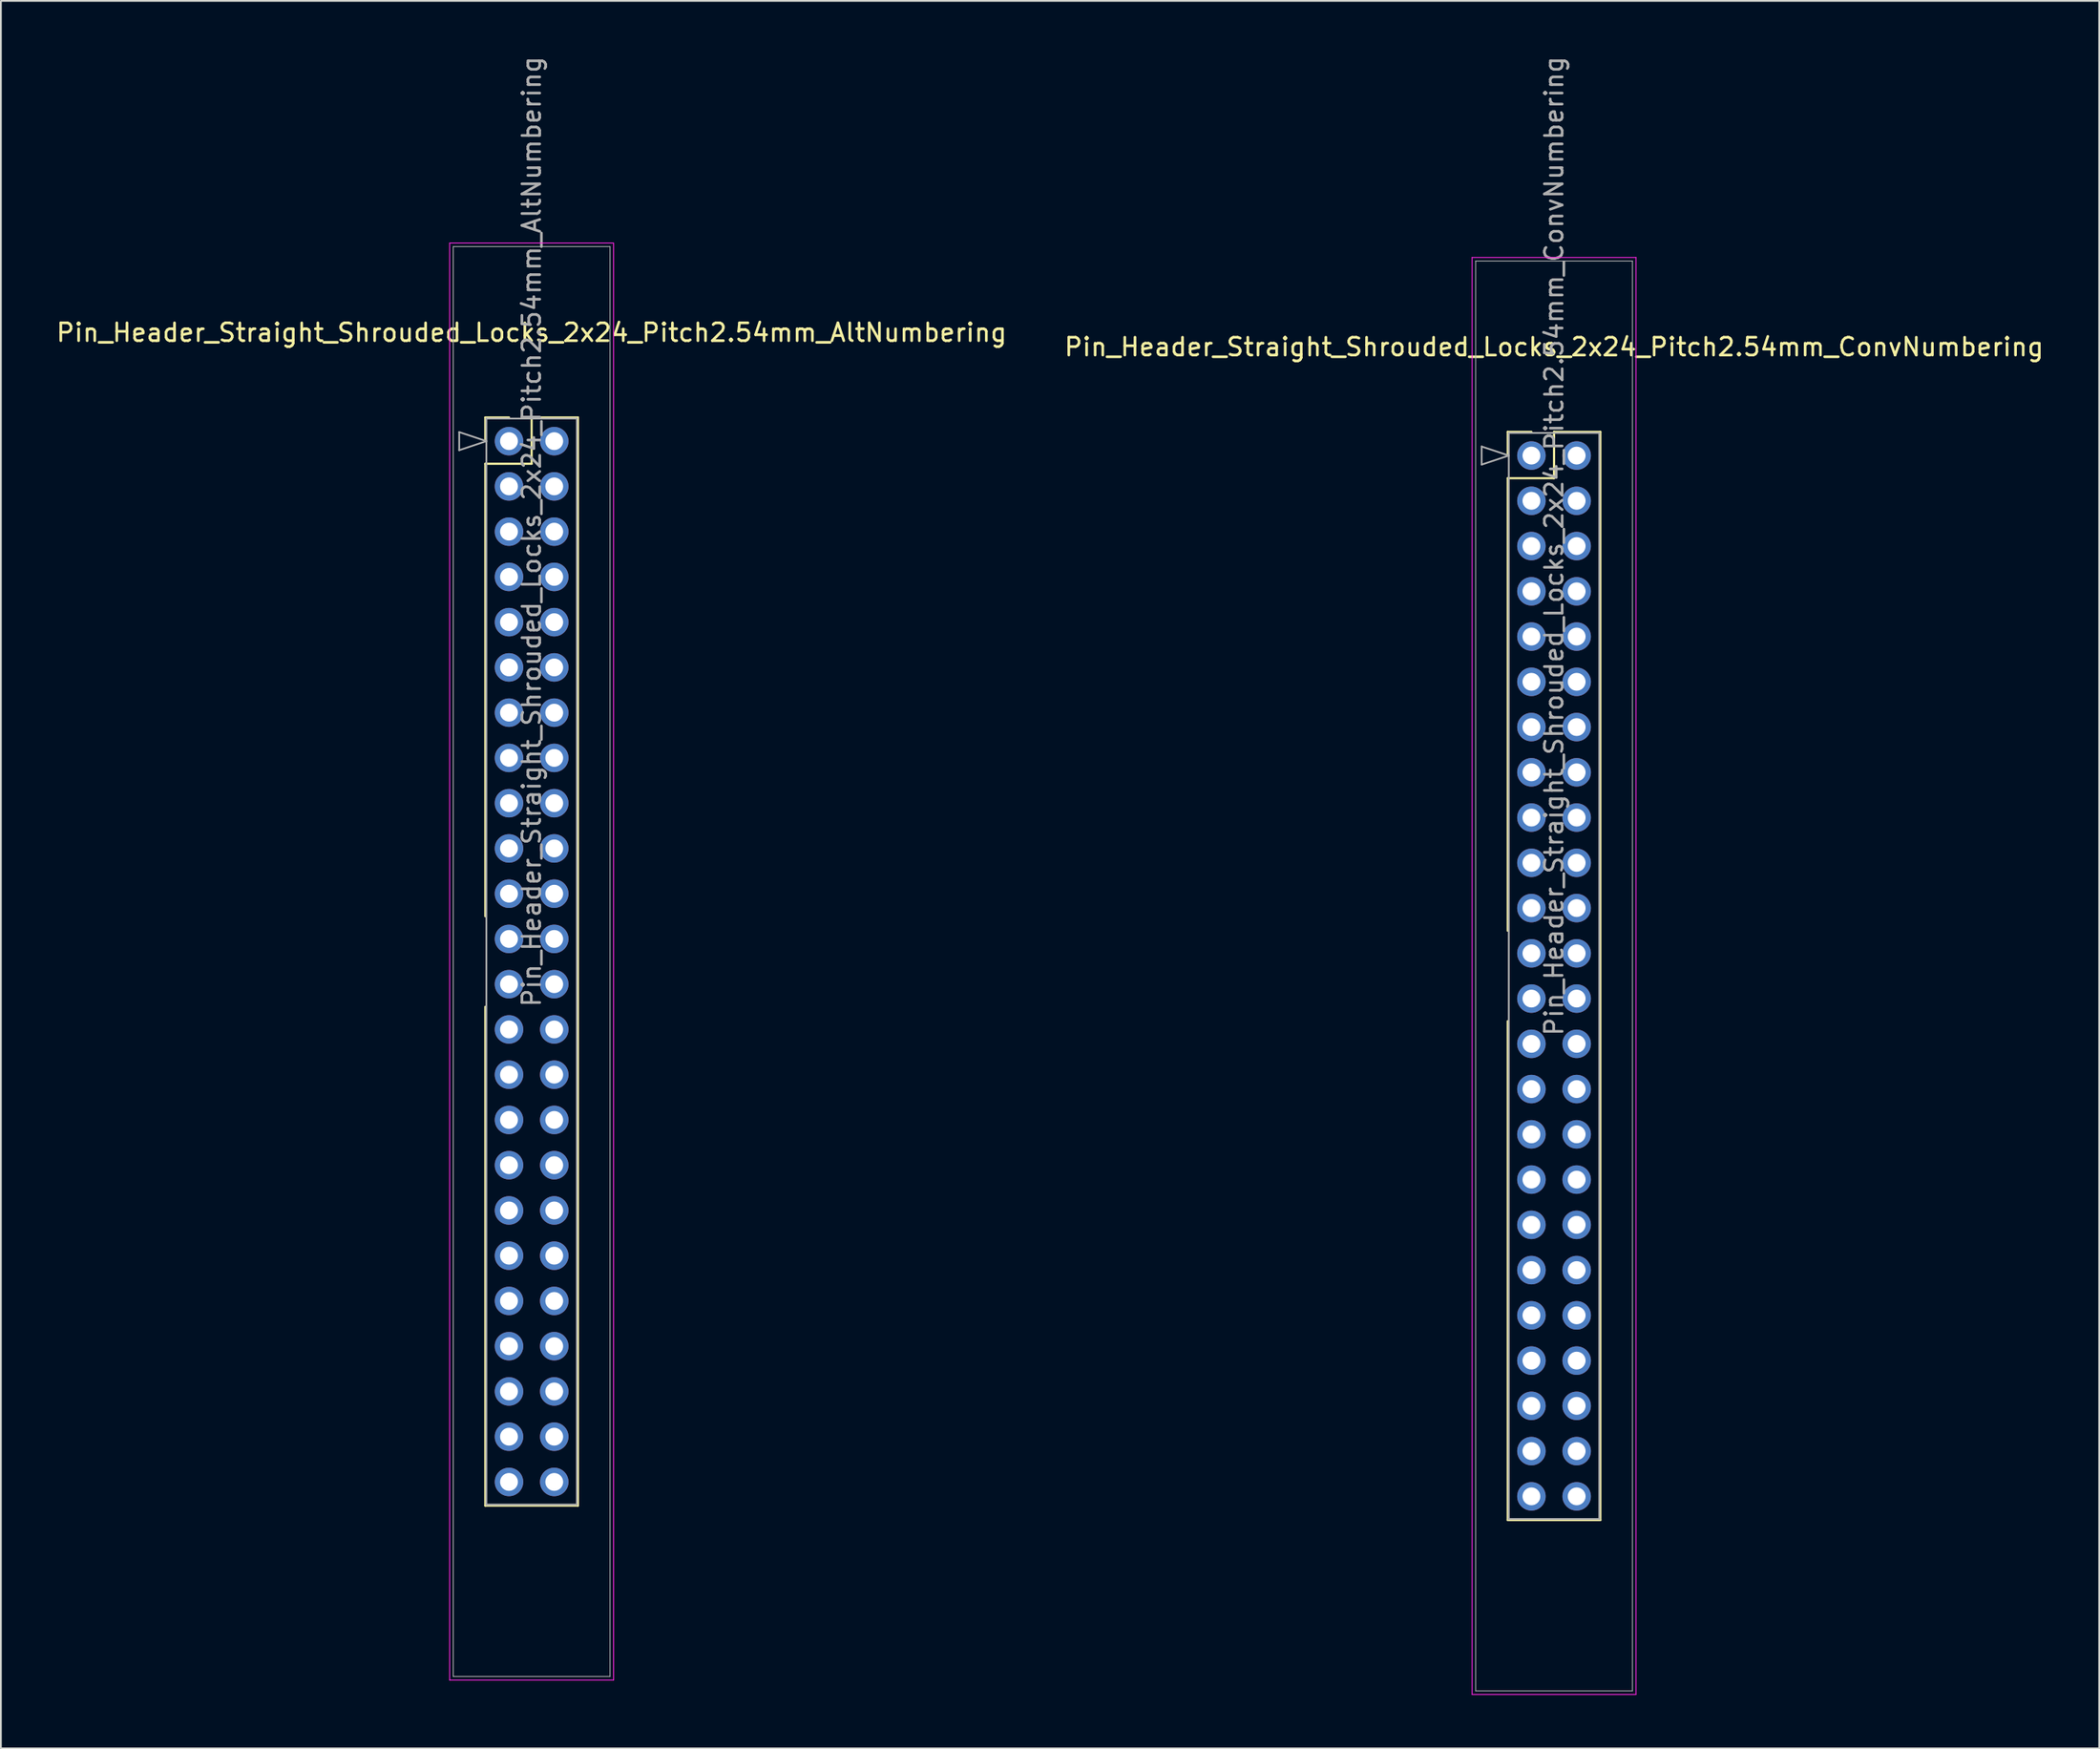
<source format=kicad_pcb>
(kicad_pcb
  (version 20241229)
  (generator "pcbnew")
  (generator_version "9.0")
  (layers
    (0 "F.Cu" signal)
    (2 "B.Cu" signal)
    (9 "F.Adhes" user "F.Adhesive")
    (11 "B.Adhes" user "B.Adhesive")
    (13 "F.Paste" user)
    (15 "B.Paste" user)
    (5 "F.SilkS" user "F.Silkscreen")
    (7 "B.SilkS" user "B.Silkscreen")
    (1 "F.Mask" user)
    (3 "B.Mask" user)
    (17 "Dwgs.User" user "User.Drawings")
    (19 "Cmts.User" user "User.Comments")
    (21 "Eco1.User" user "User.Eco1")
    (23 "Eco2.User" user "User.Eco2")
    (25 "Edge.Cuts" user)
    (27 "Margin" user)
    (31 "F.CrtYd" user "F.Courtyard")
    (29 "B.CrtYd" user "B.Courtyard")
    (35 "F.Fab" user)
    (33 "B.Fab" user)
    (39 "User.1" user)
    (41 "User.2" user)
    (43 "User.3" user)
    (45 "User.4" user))
  (footprint "Pin_Header_Straight_Shrouded_Locks_2x24_Pitch2.54mm_ConvNumbering"
    (layer "F.Cu")
    (at 82.915 22.521)
    (property "Reference" "Pin_Header_Straight_Shrouded_Locks_2x24_Pitch2.54mm_ConvNumbering" (at 1.27 -6.096 0) (layer "F.SilkS") (effects (font (size 1 1) (thickness 0.15))))
    (attr through_hole)
    (fp_line (start -1.33 -1.33) (end 0 -1.33) (stroke (width 0.12) (type solid)) (layer "F.SilkS"))
    (fp_line (start -1.33 0) (end -1.33 -1.33) (stroke (width 0.12) (type solid)) (layer "F.SilkS"))
    (fp_line (start -1.33 1.27) (end -1.33 26.67) (stroke (width 0.12) (type solid)) (layer "F.SilkS"))
    (fp_line (start -1.33 1.27) (end 1.27 1.27) (stroke (width 0.12) (type solid)) (layer "F.SilkS"))
    (fp_line (start -1.33 31.75) (end -1.33 59.75) (stroke (width 0.12) (type solid)) (layer "F.SilkS"))
    (fp_line (start -1.33 59.75) (end 3.87 59.75) (stroke (width 0.12) (type solid)) (layer "F.SilkS"))
    (fp_line (start 1.27 -1.33) (end 3.87 -1.33) (stroke (width 0.12) (type solid)) (layer "F.SilkS"))
    (fp_line (start 1.27 1.27) (end 1.27 -1.33) (stroke (width 0.12) (type solid)) (layer "F.SilkS"))
    (fp_line (start 3.87 -1.33) (end 3.87 59.75) (stroke (width 0.12) (type solid)) (layer "F.SilkS"))
    (fp_line (start -3.33 -11.12) (end -3.33 69.54) (stroke (width 0.05) (type solid)) (layer "F.CrtYd"))
    (fp_line (start -3.33 69.54) (end 5.87 69.54) (stroke (width 0.05) (type solid)) (layer "F.CrtYd"))
    (fp_line (start 5.87 -11.12) (end -3.33 -11.12) (stroke (width 0.05) (type solid)) (layer "F.CrtYd"))
    (fp_line (start 5.87 69.54) (end 5.87 -11.12) (stroke (width 0.05) (type solid)) (layer "F.CrtYd"))
    (fp_line (start -3.13 -10.92) (end -3.13 69.34) (stroke (width 0.05) (type solid)) (layer "F.Fab"))
    (fp_line (start -3.13 69.34) (end 5.67 69.34) (stroke (width 0.05) (type solid)) (layer "F.Fab"))
    (fp_line (start -2.794 -0.508) (end -1.27 0) (stroke (width 0.1) (type solid)) (layer "F.Fab"))
    (fp_line (start -2.794 0.508) (end -2.794 -0.508) (stroke (width 0.1) (type solid)) (layer "F.Fab"))
    (fp_line (start -1.27 -1.27) (end -1.27 59.69) (stroke (width 0.1) (type solid)) (layer "F.Fab"))
    (fp_line (start -1.27 0) (end -2.794 0.508) (stroke (width 0.1) (type solid)) (layer "F.Fab"))
    (fp_line (start -1.27 59.69) (end 3.81 59.69) (stroke (width 0.1) (type solid)) (layer "F.Fab"))
    (fp_line (start 3.81 -1.27) (end -1.27 -1.27) (stroke (width 0.1) (type solid)) (layer "F.Fab"))
    (fp_line (start 3.81 59.69) (end 3.81 -1.27) (stroke (width 0.1) (type solid)) (layer "F.Fab"))
    (fp_line (start 5.67 -10.92) (end -3.13 -10.92) (stroke (width 0.05) (type solid)) (layer "F.Fab"))
    (fp_line (start 5.67 69.34) (end 5.67 -10.92) (stroke (width 0.05) (type solid)) (layer "F.Fab"))
    (fp_text user "${REFERENCE}" (at 1.27 5.08 90) (layer "F.Fab") (effects (font (size 1 1) (thickness 0.15))))
    (pad "1" thru_hole oval (at 0 0) (size 1.6 1.6) (drill 1) (layers "*.Cu" "*.Mask"))
    (pad "2" thru_hole oval (at 2.54 0) (size 1.6 1.6) (drill 1) (layers "*.Cu" "*.Mask"))
    (pad "3" thru_hole oval (at 0 2.54) (size 1.6 1.6) (drill 1) (layers "*.Cu" "*.Mask"))
    (pad "4" thru_hole oval (at 2.54 2.54) (size 1.6 1.6) (drill 1) (layers "*.Cu" "*.Mask"))
    (pad "5" thru_hole oval (at 0 5.08) (size 1.6 1.6) (drill 1) (layers "*.Cu" "*.Mask"))
    (pad "6" thru_hole oval (at 2.54 5.08) (size 1.6 1.6) (drill 1) (layers "*.Cu" "*.Mask"))
    (pad "7" thru_hole oval (at 0 7.62) (size 1.6 1.6) (drill 1) (layers "*.Cu" "*.Mask"))
    (pad "8" thru_hole oval (at 2.54 7.62) (size 1.6 1.6) (drill 1) (layers "*.Cu" "*.Mask"))
    (pad "9" thru_hole oval (at 0 10.16) (size 1.6 1.6) (drill 1) (layers "*.Cu" "*.Mask"))
    (pad "10" thru_hole oval (at 2.54 10.16) (size 1.6 1.6) (drill 1) (layers "*.Cu" "*.Mask"))
    (pad "11" thru_hole oval (at 0 12.7) (size 1.6 1.6) (drill 1) (layers "*.Cu" "*.Mask"))
    (pad "12" thru_hole oval (at 2.54 12.7) (size 1.6 1.6) (drill 1) (layers "*.Cu" "*.Mask"))
    (pad "13" thru_hole oval (at 0 15.24) (size 1.6 1.6) (drill 1) (layers "*.Cu" "*.Mask"))
    (pad "14" thru_hole oval (at 2.54 15.24) (size 1.6 1.6) (drill 1) (layers "*.Cu" "*.Mask"))
    (pad "15" thru_hole oval (at 0 17.78) (size 1.6 1.6) (drill 1) (layers "*.Cu" "*.Mask"))
    (pad "16" thru_hole oval (at 2.54 17.78) (size 1.6 1.6) (drill 1) (layers "*.Cu" "*.Mask"))
    (pad "17" thru_hole oval (at 0 20.32) (size 1.6 1.6) (drill 1) (layers "*.Cu" "*.Mask"))
    (pad "18" thru_hole oval (at 2.54 20.32) (size 1.6 1.6) (drill 1) (layers "*.Cu" "*.Mask"))
    (pad "19" thru_hole oval (at 0 22.86) (size 1.6 1.6) (drill 1) (layers "*.Cu" "*.Mask"))
    (pad "20" thru_hole oval (at 2.54 22.86) (size 1.6 1.6) (drill 1) (layers "*.Cu" "*.Mask"))
    (pad "21" thru_hole oval (at 0 25.4) (size 1.6 1.6) (drill 1) (layers "*.Cu" "*.Mask"))
    (pad "22" thru_hole oval (at 2.54 25.4) (size 1.6 1.6) (drill 1) (layers "*.Cu" "*.Mask"))
    (pad "23" thru_hole oval (at 0 27.94) (size 1.6 1.6) (drill 1) (layers "*.Cu" "*.Mask"))
    (pad "24" thru_hole oval (at 2.54 27.94) (size 1.6 1.6) (drill 1) (layers "*.Cu" "*.Mask"))
    (pad "25" thru_hole oval (at 0 30.48) (size 1.6 1.6) (drill 1) (layers "*.Cu" "*.Mask"))
    (pad "26" thru_hole oval (at 2.54 30.48) (size 1.6 1.6) (drill 1) (layers "*.Cu" "*.Mask"))
    (pad "27" thru_hole oval (at 0 33.02) (size 1.6 1.6) (drill 1) (layers "*.Cu" "*.Mask"))
    (pad "28" thru_hole oval (at 2.54 33.02) (size 1.6 1.6) (drill 1) (layers "*.Cu" "*.Mask"))
    (pad "29" thru_hole oval (at 0 35.56) (size 1.6 1.6) (drill 1) (layers "*.Cu" "*.Mask"))
    (pad "30" thru_hole oval (at 2.54 35.56) (size 1.6 1.6) (drill 1) (layers "*.Cu" "*.Mask"))
    (pad "31" thru_hole oval (at 0 38.1) (size 1.6 1.6) (drill 1) (layers "*.Cu" "*.Mask"))
    (pad "32" thru_hole oval (at 2.54 38.1) (size 1.6 1.6) (drill 1) (layers "*.Cu" "*.Mask"))
    (pad "33" thru_hole oval (at 0 40.64) (size 1.6 1.6) (drill 1) (layers "*.Cu" "*.Mask"))
    (pad "34" thru_hole oval (at 2.54 40.64) (size 1.6 1.6) (drill 1) (layers "*.Cu" "*.Mask"))
    (pad "35" thru_hole oval (at 0 43.18) (size 1.6 1.6) (drill 1) (layers "*.Cu" "*.Mask"))
    (pad "36" thru_hole oval (at 2.54 43.18) (size 1.6 1.6) (drill 1) (layers "*.Cu" "*.Mask"))
    (pad "37" thru_hole oval (at 0 45.72) (size 1.6 1.6) (drill 1) (layers "*.Cu" "*.Mask"))
    (pad "38" thru_hole oval (at 2.54 45.72) (size 1.6 1.6) (drill 1) (layers "*.Cu" "*.Mask"))
    (pad "39" thru_hole oval (at 0 48.26) (size 1.6 1.6) (drill 1) (layers "*.Cu" "*.Mask"))
    (pad "40" thru_hole oval (at 2.54 48.26) (size 1.6 1.6) (drill 1) (layers "*.Cu" "*.Mask"))
    (pad "41" thru_hole oval (at 0 50.8) (size 1.6 1.6) (drill 1) (layers "*.Cu" "*.Mask"))
    (pad "42" thru_hole oval (at 2.54 50.8) (size 1.6 1.6) (drill 1) (layers "*.Cu" "*.Mask"))
    (pad "43" thru_hole oval (at 0 53.34) (size 1.6 1.6) (drill 1) (layers "*.Cu" "*.Mask"))
    (pad "44" thru_hole oval (at 2.54 53.34) (size 1.6 1.6) (drill 1) (layers "*.Cu" "*.Mask"))
    (pad "45" thru_hole oval (at 0 55.88) (size 1.6 1.6) (drill 1) (layers "*.Cu" "*.Mask"))
    (pad "46" thru_hole oval (at 2.54 55.88) (size 1.6 1.6) (drill 1) (layers "*.Cu" "*.Mask"))
    (pad "47" thru_hole oval (at 0 58.42) (size 1.6 1.6) (drill 1) (layers "*.Cu" "*.Mask"))
    (pad "48" thru_hole oval (at 2.54 58.42) (size 1.6 1.6) (drill 1) (layers "*.Cu" "*.Mask")))
  (footprint "Pin_Header_Straight_Shrouded_Locks_2x24_Pitch2.54mm_AltNumbering"
    (layer "F.Cu")
    (at 25.522 21.712)
    (property "Reference" "Pin_Header_Straight_Shrouded_Locks_2x24_Pitch2.54mm_AltNumbering" (at 1.27 -6.096 0) (layer "F.SilkS") (effects (font (size 1 1) (thickness 0.15))))
    (attr through_hole)
    (fp_line (start -1.33 -1.33) (end 0 -1.33) (stroke (width 0.12) (type solid)) (layer "F.SilkS"))
    (fp_line (start -1.33 0) (end -1.33 -1.33) (stroke (width 0.12) (type solid)) (layer "F.SilkS"))
    (fp_line (start -1.33 1.27) (end -1.33 26.67) (stroke (width 0.12) (type solid)) (layer "F.SilkS"))
    (fp_line (start -1.33 1.27) (end 1.27 1.27) (stroke (width 0.12) (type solid)) (layer "F.SilkS"))
    (fp_line (start -1.33 31.75) (end -1.33 59.75) (stroke (width 0.12) (type solid)) (layer "F.SilkS"))
    (fp_line (start -1.33 59.75) (end 3.87 59.75) (stroke (width 0.12) (type solid)) (layer "F.SilkS"))
    (fp_line (start 1.27 -1.33) (end 3.87 -1.33) (stroke (width 0.12) (type solid)) (layer "F.SilkS"))
    (fp_line (start 1.27 1.27) (end 1.27 -1.33) (stroke (width 0.12) (type solid)) (layer "F.SilkS"))
    (fp_line (start 3.87 -1.33) (end 3.87 59.75) (stroke (width 0.12) (type solid)) (layer "F.SilkS"))
    (fp_line (start -3.33 -11.12) (end -3.33 69.54) (stroke (width 0.05) (type solid)) (layer "F.CrtYd"))
    (fp_line (start -3.33 69.54) (end 5.87 69.54) (stroke (width 0.05) (type solid)) (layer "F.CrtYd"))
    (fp_line (start 5.87 -11.12) (end -3.33 -11.12) (stroke (width 0.05) (type solid)) (layer "F.CrtYd"))
    (fp_line (start 5.87 69.54) (end 5.87 -11.12) (stroke (width 0.05) (type solid)) (layer "F.CrtYd"))
    (fp_line (start -3.13 -10.92) (end -3.13 69.34) (stroke (width 0.05) (type solid)) (layer "F.Fab"))
    (fp_line (start -3.13 69.34) (end 5.67 69.34) (stroke (width 0.05) (type solid)) (layer "F.Fab"))
    (fp_line (start -2.794 -0.508) (end -1.27 0) (stroke (width 0.1) (type solid)) (layer "F.Fab"))
    (fp_line (start -2.794 0.508) (end -2.794 -0.508) (stroke (width 0.1) (type solid)) (layer "F.Fab"))
    (fp_line (start -1.27 -1.27) (end -1.27 59.69) (stroke (width 0.1) (type solid)) (layer "F.Fab"))
    (fp_line (start -1.27 0) (end -2.794 0.508) (stroke (width 0.1) (type solid)) (layer "F.Fab"))
    (fp_line (start -1.27 59.69) (end 3.81 59.69) (stroke (width 0.1) (type solid)) (layer "F.Fab"))
    (fp_line (start 3.81 -1.27) (end -1.27 -1.27) (stroke (width 0.1) (type solid)) (layer "F.Fab"))
    (fp_line (start 3.81 59.69) (end 3.81 -1.27) (stroke (width 0.1) (type solid)) (layer "F.Fab"))
    (fp_line (start 5.67 -10.92) (end -3.13 -10.92) (stroke (width 0.05) (type solid)) (layer "F.Fab"))
    (fp_line (start 5.67 69.34) (end 5.67 -10.92) (stroke (width 0.05) (type solid)) (layer "F.Fab"))
    (fp_text user "${REFERENCE}" (at 1.27 5.08 90) (layer "F.Fab") (effects (font (size 1 1) (thickness 0.15))))
    (pad "1" thru_hole oval (at 0 0) (size 1.6 1.6) (drill 1) (layers "*.Cu" "*.Mask"))
    (pad "2" thru_hole oval (at 0 2.54) (size 1.6 1.6) (drill 1) (layers "*.Cu" "*.Mask"))
    (pad "3" thru_hole oval (at 0 5.08) (size 1.6 1.6) (drill 1) (layers "*.Cu" "*.Mask"))
    (pad "4" thru_hole oval (at 0 7.62) (size 1.6 1.6) (drill 1) (layers "*.Cu" "*.Mask"))
    (pad "5" thru_hole oval (at 0 10.16) (size 1.6 1.6) (drill 1) (layers "*.Cu" "*.Mask"))
    (pad "6" thru_hole oval (at 0 12.7) (size 1.6 1.6) (drill 1) (layers "*.Cu" "*.Mask"))
    (pad "7" thru_hole oval (at 0 15.24) (size 1.6 1.6) (drill 1) (layers "*.Cu" "*.Mask"))
    (pad "8" thru_hole oval (at 0 17.78) (size 1.6 1.6) (drill 1) (layers "*.Cu" "*.Mask"))
    (pad "9" thru_hole oval (at 0 20.32) (size 1.6 1.6) (drill 1) (layers "*.Cu" "*.Mask"))
    (pad "10" thru_hole oval (at 0 22.86) (size 1.6 1.6) (drill 1) (layers "*.Cu" "*.Mask"))
    (pad "11" thru_hole oval (at 0 25.4) (size 1.6 1.6) (drill 1) (layers "*.Cu" "*.Mask"))
    (pad "12" thru_hole oval (at 0 27.94) (size 1.6 1.6) (drill 1) (layers "*.Cu" "*.Mask"))
    (pad "13" thru_hole oval (at 0 30.48) (size 1.6 1.6) (drill 1) (layers "*.Cu" "*.Mask"))
    (pad "14" thru_hole oval (at 0 33.02) (size 1.6 1.6) (drill 1) (layers "*.Cu" "*.Mask"))
    (pad "15" thru_hole oval (at 0 35.56) (size 1.6 1.6) (drill 1) (layers "*.Cu" "*.Mask"))
    (pad "16" thru_hole oval (at 0 38.1) (size 1.6 1.6) (drill 1) (layers "*.Cu" "*.Mask"))
    (pad "17" thru_hole oval (at 0 40.64) (size 1.6 1.6) (drill 1) (layers "*.Cu" "*.Mask"))
    (pad "18" thru_hole oval (at 0 43.18) (size 1.6 1.6) (drill 1) (layers "*.Cu" "*.Mask"))
    (pad "19" thru_hole oval (at 0 45.72) (size 1.6 1.6) (drill 1) (layers "*.Cu" "*.Mask"))
    (pad "20" thru_hole oval (at 0 48.26) (size 1.6 1.6) (drill 1) (layers "*.Cu" "*.Mask"))
    (pad "21" thru_hole oval (at 0 50.8) (size 1.6 1.6) (drill 1) (layers "*.Cu" "*.Mask"))
    (pad "22" thru_hole oval (at 0 53.34) (size 1.6 1.6) (drill 1) (layers "*.Cu" "*.Mask"))
    (pad "23" thru_hole oval (at 0 55.88) (size 1.6 1.6) (drill 1) (layers "*.Cu" "*.Mask"))
    (pad "24" thru_hole oval (at 0 58.42) (size 1.6 1.6) (drill 1) (layers "*.Cu" "*.Mask"))
    (pad "25" thru_hole oval (at 2.54 0) (size 1.6 1.6) (drill 1) (layers "*.Cu" "*.Mask"))
    (pad "26" thru_hole oval (at 2.54 2.54) (size 1.6 1.6) (drill 1) (layers "*.Cu" "*.Mask"))
    (pad "27" thru_hole oval (at 2.54 5.08) (size 1.6 1.6) (drill 1) (layers "*.Cu" "*.Mask"))
    (pad "28" thru_hole oval (at 2.54 7.62) (size 1.6 1.6) (drill 1) (layers "*.Cu" "*.Mask"))
    (pad "29" thru_hole oval (at 2.54 10.16) (size 1.6 1.6) (drill 1) (layers "*.Cu" "*.Mask"))
    (pad "30" thru_hole oval (at 2.54 12.7) (size 1.6 1.6) (drill 1) (layers "*.Cu" "*.Mask"))
    (pad "31" thru_hole oval (at 2.54 15.24) (size 1.6 1.6) (drill 1) (layers "*.Cu" "*.Mask"))
    (pad "32" thru_hole oval (at 2.54 17.78) (size 1.6 1.6) (drill 1) (layers "*.Cu" "*.Mask"))
    (pad "33" thru_hole oval (at 2.54 20.32) (size 1.6 1.6) (drill 1) (layers "*.Cu" "*.Mask"))
    (pad "34" thru_hole oval (at 2.54 22.86) (size 1.6 1.6) (drill 1) (layers "*.Cu" "*.Mask"))
    (pad "35" thru_hole oval (at 2.54 25.4) (size 1.6 1.6) (drill 1) (layers "*.Cu" "*.Mask"))
    (pad "36" thru_hole oval (at 2.54 27.94) (size 1.6 1.6) (drill 1) (layers "*.Cu" "*.Mask"))
    (pad "37" thru_hole oval (at 2.54 30.48) (size 1.6 1.6) (drill 1) (layers "*.Cu" "*.Mask"))
    (pad "38" thru_hole oval (at 2.54 33.02) (size 1.6 1.6) (drill 1) (layers "*.Cu" "*.Mask"))
    (pad "39" thru_hole oval (at 2.54 35.56) (size 1.6 1.6) (drill 1) (layers "*.Cu" "*.Mask"))
    (pad "40" thru_hole oval (at 2.54 38.1) (size 1.6 1.6) (drill 1) (layers "*.Cu" "*.Mask"))
    (pad "41" thru_hole oval (at 2.54 40.64) (size 1.6 1.6) (drill 1) (layers "*.Cu" "*.Mask"))
    (pad "42" thru_hole oval (at 2.54 43.18) (size 1.6 1.6) (drill 1) (layers "*.Cu" "*.Mask"))
    (pad "43" thru_hole oval (at 2.54 45.72) (size 1.6 1.6) (drill 1) (layers "*.Cu" "*.Mask"))
    (pad "44" thru_hole oval (at 2.54 48.26) (size 1.6 1.6) (drill 1) (layers "*.Cu" "*.Mask"))
    (pad "45" thru_hole oval (at 2.54 50.8) (size 1.6 1.6) (drill 1) (layers "*.Cu" "*.Mask"))
    (pad "46" thru_hole oval (at 2.54 53.34) (size 1.6 1.6) (drill 1) (layers "*.Cu" "*.Mask"))
    (pad "47" thru_hole oval (at 2.54 55.88) (size 1.6 1.6) (drill 1) (layers "*.Cu" "*.Mask"))
    (pad "48" thru_hole oval (at 2.54 58.42) (size 1.6 1.6) (drill 1) (layers "*.Cu" "*.Mask")))
  (gr_rect
    (start -3 -3)
    (end 114.786 95.086)
    (stroke (width 0.1) (type default))
    (fill no)
    (layer "Edge.Cuts")))
</source>
